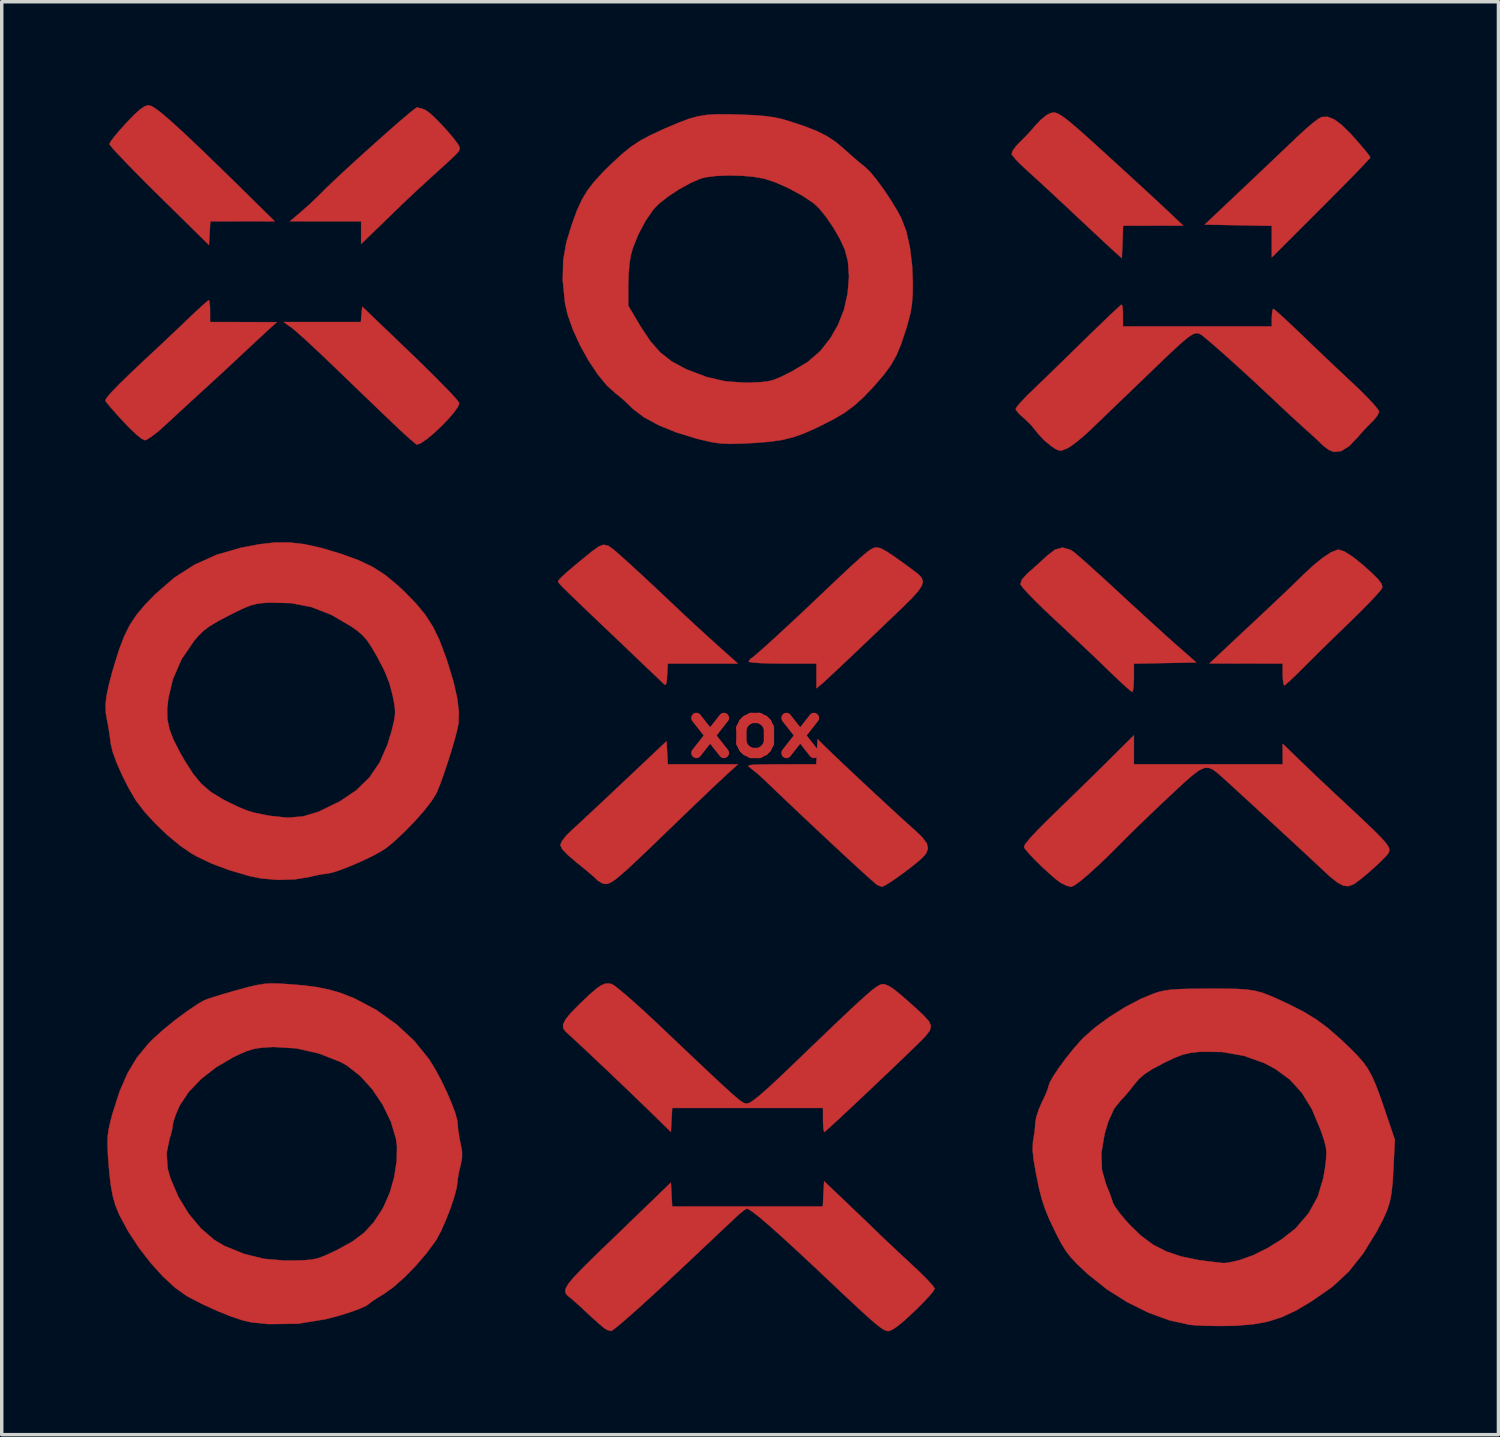
<source format=kicad_pcb>
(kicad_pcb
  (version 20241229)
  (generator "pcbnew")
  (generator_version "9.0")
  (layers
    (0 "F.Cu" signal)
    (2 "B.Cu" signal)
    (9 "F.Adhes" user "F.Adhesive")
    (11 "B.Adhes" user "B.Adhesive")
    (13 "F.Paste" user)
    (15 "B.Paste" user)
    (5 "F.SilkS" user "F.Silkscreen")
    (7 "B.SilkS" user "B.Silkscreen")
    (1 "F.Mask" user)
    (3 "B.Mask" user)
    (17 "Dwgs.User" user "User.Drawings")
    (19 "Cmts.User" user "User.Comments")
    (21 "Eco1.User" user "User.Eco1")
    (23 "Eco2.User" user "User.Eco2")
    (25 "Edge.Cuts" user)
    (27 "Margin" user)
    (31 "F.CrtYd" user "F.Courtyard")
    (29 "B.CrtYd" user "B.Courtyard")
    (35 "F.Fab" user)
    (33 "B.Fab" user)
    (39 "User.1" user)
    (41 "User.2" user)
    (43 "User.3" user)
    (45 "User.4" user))
  (footprint "xox"
    (layer "F.Cu")
    (at 18.855 18.102)
    (property "Reference" "xox" (at 0 0 0) (layer "F.Cu") (effects (font (size 1.524 1.524) (thickness 0.3))))
    (attr through_hole)
    (fp_poly (pts (xy 16.79 -17.692) (xy 17.007 -17.533) (xy 17.267 -17.277) (xy 17.396 -17.135) (xy 17.58 -16.924) (xy 17.727 -16.748) (xy 17.82 -16.627) (xy 17.843 -16.586) (xy 17.8 -16.531) (xy 17.677 -16.399) (xy 17.486 -16.199) (xy 17.237 -15.943) (xy 16.94 -15.641) (xy 16.607 -15.305) (xy 16.415 -15.113) (xy 14.986 -13.685) (xy 14.986 -14.602) (xy 14.013 -14.619) (xy 13.039 -14.637) (xy 14.114 -15.653) (xy 14.461 -15.981) (xy 14.815 -16.317) (xy 15.153 -16.638) (xy 15.451 -16.922) (xy 15.687 -17.146) (xy 15.738 -17.195) (xy 15.966 -17.405) (xy 16.174 -17.582) (xy 16.338 -17.706) (xy 16.432 -17.758) (xy 16.603 -17.764) (xy 16.79 -17.692)) (stroke (width 0.01) (type solid)) (fill yes) (layer "F.Cu"))
    (fp_poly (pts (xy -17.516 -18.076) (xy -17.402 -18.008) (xy -17.242 -17.889) (xy -17.032 -17.712) (xy -16.765 -17.473) (xy -16.434 -17.166) (xy -16.035 -16.786) (xy -15.562 -16.328) (xy -15.007 -15.786) (xy -14.796 -15.578) (xy -13.938 -14.734) (xy -14.872 -14.733) (xy -15.805 -14.732) (xy -15.824 -14.389) (xy -15.843 -14.045) (xy -17.288 -15.468) (xy -17.64 -15.817) (xy -17.961 -16.141) (xy -18.241 -16.427) (xy -18.468 -16.665) (xy -18.631 -16.843) (xy -18.719 -16.95) (xy -18.733 -16.974) (xy -18.691 -17.052) (xy -18.58 -17.2) (xy -18.415 -17.394) (xy -18.248 -17.578) (xy -18.013 -17.822) (xy -17.84 -17.98) (xy -17.71 -18.067) (xy -17.606 -18.097) (xy -17.591 -18.098) (xy -17.516 -18.076)) (stroke (width 0.01) (type solid)) (fill yes) (layer "F.Cu"))
    (fp_poly (pts (xy -10.001 -10.918) (xy -9.651 -10.58) (xy -9.332 -10.265) (xy -9.056 -9.986) (xy -8.832 -9.754) (xy -8.674 -9.581) (xy -8.593 -9.479) (xy -8.585 -9.461) (xy -8.619 -9.356) (xy -8.732 -9.195) (xy -8.901 -8.998) (xy -9.103 -8.789) (xy -9.317 -8.588) (xy -9.521 -8.418) (xy -9.693 -8.3) (xy -9.81 -8.255) (xy -9.811 -8.255) (xy -9.87 -8.296) (xy -10.001 -8.407) (xy -10.183 -8.571) (xy -10.37 -8.745) (xy -10.568 -8.933) (xy -10.836 -9.189) (xy -11.153 -9.493) (xy -11.5 -9.827) (xy -11.854 -10.168) (xy -12.033 -10.342) (xy -12.362 -10.657) (xy -12.674 -10.953) (xy -12.954 -11.214) (xy -13.186 -11.425) (xy -13.354 -11.573) (xy -13.424 -11.629) (xy -13.672 -11.811) (xy -11.438 -11.811) (xy -11.418 -12.034) (xy -11.398 -12.257) (xy -10.001 -10.918)) (stroke (width 0.01) (type solid)) (fill yes) (layer "F.Cu"))
    (fp_poly (pts (xy -2.533 1.016) (xy -0.501 1.016) (xy -0.898 1.381) (xy -1.067 1.539) (xy -1.306 1.765) (xy -1.594 2.039) (xy -1.909 2.341) (xy -2.231 2.651) (xy -2.283 2.701) (xy -2.751 3.153) (xy -3.137 3.525) (xy -3.451 3.823) (xy -3.701 4.055) (xy -3.897 4.228) (xy -4.047 4.351) (xy -4.162 4.43) (xy -4.25 4.474) (xy -4.321 4.489) (xy -4.383 4.483) (xy -4.445 4.464) (xy -4.572 4.385) (xy -4.604 4.351) (xy -4.679 4.28) (xy -4.83 4.151) (xy -5.029 3.987) (xy -5.16 3.882) (xy -5.435 3.648) (xy -5.599 3.473) (xy -5.652 3.36) (xy -5.605 3.245) (xy -5.48 3.086) (xy -5.356 2.964) (xy -5.23 2.848) (xy -5.027 2.66) (xy -4.764 2.415) (xy -4.456 2.127) (xy -4.121 1.811) (xy -3.816 1.524) (xy -2.572 0.349) (xy -2.533 1.016)) (stroke (width 0.01) (type solid)) (fill yes) (layer "F.Cu"))
    (fp_poly (pts (xy -4.258 -5.319) (xy -4.092 -5.199) (xy -4.047 -5.16) (xy -3.712 -4.862) (xy -3.299 -4.483) (xy -2.817 -4.033) (xy -2.315 -3.559) (xy -2.011 -3.273) (xy -1.67 -2.957) (xy -1.338 -2.653) (xy -1.09 -2.429) (xy -0.503 -1.905) (xy -2.534 -1.905) (xy -2.553 -1.571) (xy -2.567 -1.382) (xy -2.59 -1.298) (xy -2.631 -1.299) (xy -2.671 -1.333) (xy -2.741 -1.401) (xy -2.891 -1.544) (xy -3.107 -1.75) (xy -3.376 -2.006) (xy -3.684 -2.301) (xy -4.02 -2.621) (xy -4.035 -2.635) (xy -4.472 -3.052) (xy -4.826 -3.389) (xy -5.105 -3.656) (xy -5.319 -3.862) (xy -5.476 -4.014) (xy -5.585 -4.122) (xy -5.654 -4.195) (xy -5.693 -4.24) (xy -5.711 -4.267) (xy -5.715 -4.284) (xy -5.715 -4.296) (xy -5.664 -4.366) (xy -5.514 -4.509) (xy -5.266 -4.722) (xy -4.923 -5.005) (xy -4.745 -5.149) (xy -4.545 -5.294) (xy -4.396 -5.351) (xy -4.258 -5.319)) (stroke (width 0.01) (type solid)) (fill yes) (layer "F.Cu"))
    (fp_poly (pts (xy 9.129 -5.21) (xy 9.215 -5.159) (xy 9.306 -5.086) (xy 9.476 -4.939) (xy 9.709 -4.733) (xy 9.989 -4.479) (xy 10.303 -4.192) (xy 10.544 -3.969) (xy 10.902 -3.638) (xy 11.264 -3.306) (xy 11.608 -2.992) (xy 11.913 -2.715) (xy 12.157 -2.496) (xy 12.252 -2.413) (xy 12.795 -1.937) (xy 10.986 -1.902) (xy 10.986 -1.491) (xy 10.979 -1.281) (xy 10.961 -1.133) (xy 10.938 -1.08) (xy 10.878 -1.123) (xy 10.745 -1.238) (xy 10.557 -1.411) (xy 10.333 -1.625) (xy 10.255 -1.699) (xy 9.997 -1.949) (xy 9.675 -2.256) (xy 9.317 -2.593) (xy 8.955 -2.934) (xy 8.668 -3.201) (xy 8.378 -3.475) (xy 8.122 -3.726) (xy 7.913 -3.94) (xy 7.767 -4.102) (xy 7.698 -4.197) (xy 7.694 -4.207) (xy 7.734 -4.337) (xy 7.891 -4.512) (xy 7.947 -4.562) (xy 8.16 -4.749) (xy 8.383 -4.952) (xy 8.468 -5.032) (xy 8.699 -5.209) (xy 8.912 -5.267) (xy 9.129 -5.21)) (stroke (width 0.01) (type solid)) (fill yes) (layer "F.Cu"))
    (fp_poly (pts (xy 17.091 -5.156) (xy 17.331 -5.004) (xy 17.642 -4.754) (xy 17.893 -4.526) (xy 18.075 -4.344) (xy 18.17 -4.217) (xy 18.191 -4.122) (xy 18.183 -4.09) (xy 18.125 -4.01) (xy 17.99 -3.858) (xy 17.792 -3.65) (xy 17.547 -3.402) (xy 17.27 -3.13) (xy 17.251 -3.111) (xy 16.933 -2.803) (xy 16.606 -2.485) (xy 16.299 -2.182) (xy 16.036 -1.922) (xy 15.876 -1.762) (xy 15.675 -1.563) (xy 15.506 -1.402) (xy 15.389 -1.299) (xy 15.346 -1.27) (xy 15.322 -1.327) (xy 15.306 -1.473) (xy 15.303 -1.587) (xy 15.303 -1.905) (xy 13.176 -1.908) (xy 13.463 -2.176) (xy 13.604 -2.309) (xy 13.817 -2.508) (xy 14.078 -2.753) (xy 14.367 -3.023) (xy 14.598 -3.239) (xy 14.904 -3.526) (xy 15.21 -3.815) (xy 15.489 -4.082) (xy 15.718 -4.303) (xy 15.836 -4.419) (xy 16.164 -4.728) (xy 16.458 -4.968) (xy 16.702 -5.13) (xy 16.886 -5.203) (xy 16.923 -5.207) (xy 17.091 -5.156)) (stroke (width 0.01) (type solid)) (fill yes) (layer "F.Cu"))
    (fp_poly (pts (xy -15.827 -12.389) (xy -15.814 -12.243) (xy -15.812 -12.129) (xy -15.812 -11.811) (xy -13.875 -11.808) (xy -14.129 -11.578) (xy -14.284 -11.435) (xy -14.499 -11.236) (xy -14.74 -11.011) (xy -14.896 -10.865) (xy -15.157 -10.621) (xy -15.469 -10.331) (xy -15.791 -10.035) (xy -16.036 -9.811) (xy -16.325 -9.547) (xy -16.632 -9.265) (xy -16.918 -9) (xy -17.123 -8.811) (xy -17.331 -8.627) (xy -17.518 -8.483) (xy -17.656 -8.397) (xy -17.704 -8.382) (xy -17.799 -8.428) (xy -17.958 -8.556) (xy -18.162 -8.751) (xy -18.327 -8.923) (xy -18.527 -9.143) (xy -18.693 -9.331) (xy -18.807 -9.468) (xy -18.85 -9.53) (xy -18.815 -9.606) (xy -18.684 -9.762) (xy -18.457 -9.997) (xy -18.134 -10.313) (xy -17.714 -10.71) (xy -17.525 -10.886) (xy -17.278 -11.116) (xy -16.981 -11.396) (xy -16.677 -11.684) (xy -16.466 -11.886) (xy -16.244 -12.097) (xy -16.055 -12.272) (xy -15.917 -12.393) (xy -15.85 -12.445) (xy -15.847 -12.446) (xy -15.827 -12.389)) (stroke (width 0.01) (type solid)) (fill yes) (layer "F.Cu"))
    (fp_poly (pts (xy -9.687 -18.009) (xy -9.569 -17.964) (xy -9.456 -17.886) (xy -9.297 -17.741) (xy -9.112 -17.553) (xy -8.925 -17.349) (xy -8.758 -17.153) (xy -8.634 -16.988) (xy -8.575 -16.881) (xy -8.572 -16.868) (xy -8.574 -16.826) (xy -8.588 -16.784) (xy -8.628 -16.729) (xy -8.707 -16.645) (xy -8.839 -16.52) (xy -9.037 -16.339) (xy -9.314 -16.087) (xy -9.338 -16.066) (xy -9.604 -15.823) (xy -9.872 -15.575) (xy -10.108 -15.354) (xy -10.261 -15.208) (xy -10.466 -15.009) (xy -10.716 -14.767) (xy -10.961 -14.529) (xy -11.009 -14.483) (xy -11.43 -14.075) (xy -11.43 -14.732) (xy -13.494 -14.733) (xy -13.177 -15.002) (xy -12.965 -15.189) (xy -12.755 -15.386) (xy -12.637 -15.502) (xy -12.466 -15.673) (xy -12.236 -15.894) (xy -11.961 -16.151) (xy -11.655 -16.432) (xy -11.333 -16.725) (xy -11.009 -17.017) (xy -10.696 -17.295) (xy -10.41 -17.546) (xy -10.164 -17.758) (xy -9.973 -17.918) (xy -9.85 -18.013) (xy -9.812 -18.034) (xy -9.687 -18.009)) (stroke (width 0.01) (type solid)) (fill yes) (layer "F.Cu"))
    (fp_poly (pts (xy 8.707 -17.883) (xy 8.786 -17.854) (xy 8.89 -17.793) (xy 9.026 -17.694) (xy 9.204 -17.549) (xy 9.433 -17.351) (xy 9.722 -17.093) (xy 10.08 -16.768) (xy 10.516 -16.37) (xy 10.884 -16.034) (xy 11.179 -15.763) (xy 11.476 -15.489) (xy 11.747 -15.238) (xy 11.963 -15.036) (xy 12.031 -14.972) (xy 12.414 -14.609) (xy 11.544 -14.607) (xy 10.673 -14.605) (xy 10.655 -14.133) (xy 10.636 -13.662) (xy 10.382 -13.891) (xy 10.254 -14.009) (xy 10.054 -14.194) (xy 9.801 -14.43) (xy 9.516 -14.697) (xy 9.239 -14.957) (xy 8.924 -15.252) (xy 8.605 -15.549) (xy 8.308 -15.824) (xy 8.057 -16.054) (xy 7.906 -16.19) (xy 7.709 -16.374) (xy 7.551 -16.536) (xy 7.456 -16.652) (xy 7.439 -16.685) (xy 7.47 -16.78) (xy 7.572 -16.918) (xy 7.662 -17.011) (xy 7.858 -17.207) (xy 8.059 -17.429) (xy 8.124 -17.507) (xy 8.283 -17.675) (xy 8.445 -17.807) (xy 8.519 -17.848) (xy 8.582 -17.873) (xy 8.642 -17.887) (xy 8.707 -17.883)) (stroke (width 0.01) (type solid)) (fill yes) (layer "F.Cu"))
    (fp_poly (pts (xy 2.066 0.542) (xy 2.249 0.719) (xy 2.504 0.962) (xy 2.81 1.25) (xy 3.147 1.566) (xy 3.496 1.891) (xy 3.836 2.205) (xy 4.146 2.491) (xy 4.408 2.73) (xy 4.6 2.902) (xy 4.62 2.919) (xy 4.85 3.139) (xy 4.979 3.313) (xy 5.012 3.46) (xy 4.959 3.6) (xy 4.905 3.669) (xy 4.785 3.786) (xy 4.605 3.937) (xy 4.389 4.104) (xy 4.164 4.269) (xy 3.955 4.414) (xy 3.787 4.519) (xy 3.684 4.567) (xy 3.671 4.568) (xy 3.603 4.543) (xy 3.547 4.52) (xy 3.481 4.469) (xy 3.334 4.34) (xy 3.117 4.145) (xy 2.842 3.893) (xy 2.519 3.595) (xy 2.16 3.261) (xy 1.777 2.902) (xy 1.379 2.528) (xy 0.979 2.15) (xy 0.588 1.777) (xy 0.224 1.429) (xy 0.058 1.279) (xy -0.101 1.151) (xy -0.13 1.13) (xy -0.182 1.09) (xy -0.194 1.062) (xy -0.151 1.042) (xy -0.037 1.03) (xy 0.162 1.024) (xy 0.462 1.02) (xy 0.743 1.019) (xy 1.772 1.016) (xy 1.791 0.653) (xy 1.81 0.289) (xy 2.066 0.542)) (stroke (width 0.01) (type solid)) (fill yes) (layer "F.Cu"))
    (fp_poly (pts (xy 3.594 -5.261) (xy 3.689 -5.224) (xy 3.82 -5.15) (xy 4.002 -5.03) (xy 4.252 -4.853) (xy 4.586 -4.608) (xy 4.596 -4.601) (xy 4.741 -4.487) (xy 4.833 -4.385) (xy 4.865 -4.281) (xy 4.832 -4.159) (xy 4.727 -4.004) (xy 4.545 -3.802) (xy 4.279 -3.538) (xy 4.084 -3.351) (xy 3.529 -2.82) (xy 3.062 -2.374) (xy 2.678 -2.01) (xy 2.374 -1.723) (xy 2.147 -1.511) (xy 1.993 -1.369) (xy 1.921 -1.306) (xy 1.778 -1.187) (xy 1.778 -1.905) (xy 0.794 -1.905) (xy 0.447 -1.909) (xy 0.156 -1.918) (xy -0.058 -1.933) (xy -0.175 -1.952) (xy -0.191 -1.963) (xy -0.142 -2.038) (xy -0.131 -2.043) (xy -0.059 -2.094) (xy 0.091 -2.222) (xy 0.309 -2.415) (xy 0.58 -2.66) (xy 0.891 -2.947) (xy 1.232 -3.264) (xy 1.587 -3.598) (xy 1.713 -3.718) (xy 2.146 -4.13) (xy 2.497 -4.461) (xy 2.776 -4.722) (xy 2.993 -4.92) (xy 3.157 -5.064) (xy 3.279 -5.163) (xy 3.369 -5.224) (xy 3.435 -5.257) (xy 3.489 -5.269) (xy 3.517 -5.271) (xy 3.594 -5.261)) (stroke (width 0.01) (type solid)) (fill yes) (layer "F.Cu"))
    (fp_poly (pts (xy 10.986 1.016) (xy 15.303 1.016) (xy 15.303 0.423) (xy 15.827 0.931) (xy 16.097 1.19) (xy 16.415 1.493) (xy 16.738 1.797) (xy 16.954 1.999) (xy 17.368 2.384) (xy 17.696 2.693) (xy 17.949 2.936) (xy 18.135 3.122) (xy 18.264 3.263) (xy 18.344 3.368) (xy 18.385 3.446) (xy 18.395 3.509) (xy 18.383 3.565) (xy 18.378 3.578) (xy 18.313 3.666) (xy 18.175 3.808) (xy 17.99 3.982) (xy 17.786 4.164) (xy 17.588 4.329) (xy 17.423 4.454) (xy 17.345 4.504) (xy 17.206 4.553) (xy 17.062 4.538) (xy 16.895 4.451) (xy 16.682 4.282) (xy 16.509 4.123) (xy 16.336 3.961) (xy 16.087 3.729) (xy 15.782 3.445) (xy 15.437 3.126) (xy 15.072 2.789) (xy 14.705 2.45) (xy 14.353 2.126) (xy 14.035 1.835) (xy 13.77 1.592) (xy 13.576 1.415) (xy 13.576 1.415) (xy 13.409 1.268) (xy 13.273 1.166) (xy 13.15 1.117) (xy 13.022 1.124) (xy 12.873 1.195) (xy 12.686 1.334) (xy 12.443 1.547) (xy 12.128 1.839) (xy 12.049 1.913) (xy 11.727 2.216) (xy 11.399 2.53) (xy 11.091 2.827) (xy 10.829 3.085) (xy 10.668 3.246) (xy 10.291 3.624) (xy 9.95 3.95) (xy 9.656 4.217) (xy 9.419 4.416) (xy 9.249 4.536) (xy 9.162 4.572) (xy 9.033 4.539) (xy 8.871 4.46) (xy 8.858 4.452) (xy 8.723 4.352) (xy 8.541 4.194) (xy 8.336 4.005) (xy 8.134 3.807) (xy 7.96 3.626) (xy 7.838 3.486) (xy 7.797 3.421) (xy 7.829 3.34) (xy 7.958 3.178) (xy 8.181 2.938) (xy 8.496 2.621) (xy 8.68 2.442) (xy 9.024 2.11) (xy 9.394 1.749) (xy 9.76 1.391) (xy 10.089 1.067) (xy 10.292 0.866) (xy 10.986 0.177) (xy 10.986 1.016)) (stroke (width 0.01) (type solid)) (fill yes) (layer "F.Cu"))
    (fp_poly (pts (xy 2.635 13.716) (xy 2.902 13.971) (xy 3.168 14.226) (xy 3.404 14.453) (xy 3.579 14.623) (xy 3.587 14.631) (xy 3.758 14.795) (xy 3.992 15.017) (xy 4.261 15.268) (xy 4.534 15.521) (xy 4.556 15.541) (xy 4.792 15.765) (xy 4.99 15.963) (xy 5.133 16.119) (xy 5.203 16.215) (xy 5.207 16.229) (xy 5.163 16.308) (xy 5.044 16.449) (xy 4.874 16.63) (xy 4.673 16.831) (xy 4.464 17.029) (xy 4.268 17.204) (xy 4.107 17.333) (xy 4.026 17.387) (xy 3.964 17.421) (xy 3.91 17.447) (xy 3.856 17.458) (xy 3.791 17.446) (xy 3.707 17.404) (xy 3.596 17.326) (xy 3.446 17.204) (xy 3.251 17.032) (xy 2.999 16.802) (xy 2.683 16.507) (xy 2.293 16.14) (xy 1.82 15.694) (xy 1.778 15.654) (xy 1.238 15.149) (xy 0.785 14.733) (xy 0.416 14.404) (xy 0.13 14.159) (xy -0.077 13.997) (xy -0.205 13.917) (xy -0.242 13.906) (xy -0.316 13.947) (xy -0.446 14.051) (xy -0.549 14.145) (xy -1.097 14.661) (xy -1.563 15.1) (xy -1.957 15.472) (xy -2.292 15.786) (xy -2.577 16.052) (xy -2.823 16.28) (xy -3.041 16.48) (xy -3.241 16.662) (xy -3.433 16.836) (xy -3.447 16.848) (xy -3.693 17.066) (xy -3.906 17.249) (xy -4.069 17.382) (xy -4.163 17.451) (xy -4.177 17.457) (xy -4.272 17.432) (xy -4.312 17.417) (xy -4.395 17.36) (xy -4.543 17.235) (xy -4.732 17.066) (xy -4.837 16.967) (xy -5.043 16.775) (xy -5.226 16.608) (xy -5.361 16.493) (xy -5.399 16.464) (xy -5.478 16.394) (xy -5.511 16.315) (xy -5.493 16.215) (xy -5.413 16.081) (xy -5.266 15.903) (xy -5.043 15.669) (xy -4.737 15.365) (xy -4.59 15.222) (xy -4.255 14.899) (xy -3.902 14.558) (xy -3.561 14.229) (xy -3.258 13.936) (xy -3.05 13.735) (xy -2.445 13.151) (xy -2.426 13.497) (xy -2.407 13.843) (xy 1.962 13.843) (xy 2 13.113) (xy 2.635 13.716)) (stroke (width 0.01) (type solid)) (fill yes) (layer "F.Cu"))
    (fp_poly (pts (xy -4.165 7.391) (xy -4.077 7.444) (xy -3.912 7.574) (xy -3.683 7.768) (xy -3.405 8.014) (xy -3.092 8.3) (xy -2.784 8.589) (xy -2.254 9.092) (xy -1.808 9.515) (xy -1.438 9.864) (xy -1.137 10.147) (xy -0.896 10.37) (xy -0.708 10.541) (xy -0.565 10.667) (xy -0.459 10.754) (xy -0.381 10.809) (xy -0.325 10.841) (xy -0.282 10.855) (xy -0.245 10.858) (xy -0.231 10.858) (xy -0.151 10.831) (xy -0.021 10.744) (xy 0.167 10.591) (xy 0.42 10.366) (xy 0.747 10.061) (xy 1.088 9.735) (xy 1.629 9.215) (xy 2.086 8.777) (xy 2.467 8.413) (xy 2.78 8.117) (xy 3.033 7.883) (xy 3.233 7.704) (xy 3.388 7.573) (xy 3.506 7.483) (xy 3.595 7.427) (xy 3.661 7.4) (xy 3.714 7.394) (xy 3.761 7.402) (xy 3.769 7.404) (xy 3.86 7.441) (xy 3.964 7.501) (xy 4.097 7.601) (xy 4.278 7.752) (xy 4.525 7.97) (xy 4.674 8.104) (xy 4.907 8.321) (xy 5.047 8.483) (xy 5.099 8.613) (xy 5.067 8.739) (xy 4.956 8.885) (xy 4.836 9.011) (xy 4.682 9.163) (xy 4.468 9.371) (xy 4.208 9.622) (xy 3.915 9.902) (xy 3.602 10.199) (xy 3.284 10.501) (xy 2.973 10.794) (xy 2.684 11.065) (xy 2.429 11.303) (xy 2.223 11.493) (xy 2.078 11.624) (xy 2.009 11.682) (xy 2.005 11.684) (xy 1.985 11.627) (xy 1.972 11.478) (xy 1.968 11.335) (xy 1.968 10.986) (xy -2.407 10.986) (xy -2.426 11.333) (xy -2.445 11.681) (xy -3.143 10.999) (xy -3.383 10.767) (xy -3.667 10.494) (xy -3.979 10.196) (xy -4.301 9.889) (xy -4.618 9.59) (xy -4.912 9.313) (xy -5.166 9.076) (xy -5.363 8.893) (xy -5.487 8.781) (xy -5.493 8.776) (xy -5.568 8.679) (xy -5.573 8.565) (xy -5.5 8.418) (xy -5.342 8.225) (xy -5.09 7.969) (xy -5.076 7.955) (xy -4.811 7.705) (xy -4.615 7.534) (xy -4.468 7.43) (xy -4.35 7.381) (xy -4.242 7.376) (xy -4.165 7.391)) (stroke (width 0.01) (type solid)) (fill yes) (layer "F.Cu"))
    (fp_poly (pts (xy 10.653 -12.262) (xy 10.666 -12.116) (xy 10.668 -12.002) (xy 10.668 -11.684) (xy 14.986 -11.684) (xy 14.986 -11.938) (xy 14.996 -12.097) (xy 15.02 -12.186) (xy 15.03 -12.192) (xy 15.089 -12.15) (xy 15.222 -12.034) (xy 15.413 -11.859) (xy 15.645 -11.639) (xy 15.814 -11.478) (xy 16.144 -11.16) (xy 16.524 -10.798) (xy 16.912 -10.431) (xy 17.264 -10.1) (xy 17.325 -10.044) (xy 17.583 -9.797) (xy 17.805 -9.573) (xy 17.974 -9.389) (xy 18.075 -9.261) (xy 18.098 -9.214) (xy 18.053 -9.106) (xy 17.942 -8.965) (xy 17.891 -8.915) (xy 17.716 -8.74) (xy 17.535 -8.539) (xy 17.494 -8.489) (xy 17.236 -8.216) (xy 16.999 -8.068) (xy 16.782 -8.044) (xy 16.635 -8.106) (xy 16.499 -8.207) (xy 16.415 -8.284) (xy 16.339 -8.359) (xy 16.196 -8.493) (xy 16.013 -8.658) (xy 15.97 -8.696) (xy 15.76 -8.886) (xy 15.497 -9.128) (xy 15.221 -9.386) (xy 15.047 -9.55) (xy 14.724 -9.853) (xy 14.383 -10.17) (xy 14.041 -10.483) (xy 13.718 -10.774) (xy 13.435 -11.026) (xy 13.21 -11.221) (xy 13.092 -11.319) (xy 13.003 -11.393) (xy 12.929 -11.45) (xy 12.859 -11.484) (xy 12.783 -11.488) (xy 12.69 -11.454) (xy 12.568 -11.376) (xy 12.409 -11.246) (xy 12.2 -11.058) (xy 11.931 -10.805) (xy 11.591 -10.479) (xy 11.17 -10.073) (xy 11.144 -10.049) (xy 10.822 -9.739) (xy 10.497 -9.426) (xy 10.193 -9.134) (xy 9.933 -8.884) (xy 9.741 -8.699) (xy 9.74 -8.697) (xy 9.518 -8.495) (xy 9.301 -8.316) (xy 9.124 -8.188) (xy 9.06 -8.152) (xy 8.918 -8.091) (xy 8.817 -8.082) (xy 8.704 -8.134) (xy 8.58 -8.218) (xy 8.384 -8.381) (xy 8.205 -8.573) (xy 8.166 -8.625) (xy 8.004 -8.822) (xy 7.813 -9.008) (xy 7.78 -9.036) (xy 7.645 -9.159) (xy 7.565 -9.262) (xy 7.557 -9.29) (xy 7.6 -9.364) (xy 7.717 -9.501) (xy 7.886 -9.677) (xy 7.985 -9.773) (xy 8.157 -9.938) (xy 8.4 -10.172) (xy 8.693 -10.457) (xy 9.018 -10.774) (xy 9.355 -11.103) (xy 9.505 -11.25) (xy 9.811 -11.548) (xy 10.086 -11.814) (xy 10.319 -12.036) (xy 10.496 -12.202) (xy 10.604 -12.299) (xy 10.632 -12.319) (xy 10.653 -12.262)) (stroke (width 0.01) (type solid)) (fill yes) (layer "F.Cu"))
    (fp_poly (pts (xy -13.067 -5.365) (xy -12.59 -5.259) (xy -12.037 -5.094) (xy -11.995 -5.08) (xy -11.507 -4.903) (xy -11.104 -4.712) (xy -10.744 -4.482) (xy -10.386 -4.188) (xy -10.183 -3.998) (xy -9.837 -3.645) (xy -9.565 -3.314) (xy -9.345 -2.97) (xy -9.156 -2.579) (xy -8.978 -2.106) (xy -8.926 -1.953) (xy -8.752 -1.38) (xy -8.643 -0.9) (xy -8.595 -0.5) (xy -8.606 -0.167) (xy -8.607 -0.165) (xy -8.646 0.03) (xy -8.72 0.311) (xy -8.818 0.644) (xy -8.93 0.996) (xy -9.044 1.335) (xy -9.151 1.628) (xy -9.239 1.84) (xy -9.255 1.873) (xy -9.4 2.102) (xy -9.62 2.383) (xy -9.891 2.688) (xy -10.189 2.993) (xy -10.49 3.271) (xy -10.7 3.443) (xy -10.88 3.559) (xy -11.133 3.694) (xy -11.429 3.834) (xy -11.737 3.967) (xy -12.026 4.08) (xy -12.268 4.159) (xy -12.43 4.191) (xy -12.438 4.191) (xy -12.569 4.207) (xy -12.77 4.247) (xy -12.932 4.286) (xy -13.359 4.356) (xy -13.844 4.37) (xy -14.331 4.328) (xy -14.668 4.259) (xy -15.255 4.087) (xy -15.746 3.905) (xy -16.173 3.703) (xy -16.351 3.603) (xy -16.681 3.377) (xy -17.04 3.08) (xy -17.393 2.744) (xy -17.708 2.4) (xy -17.952 2.082) (xy -17.984 2.032) (xy -18.183 1.689) (xy -18.366 1.326) (xy -18.521 0.973) (xy -18.635 0.661) (xy -18.694 0.418) (xy -18.698 0.379) (xy -18.727 0.143) (xy -18.773 -0.13) (xy -18.797 -0.248) (xy -18.835 -0.472) (xy -18.839 -0.585) (xy -17.057 -0.585) (xy -17.051 -0.295) (xy -16.994 -0.011) (xy -16.878 0.295) (xy -16.696 0.654) (xy -16.544 0.919) (xy -16.302 1.297) (xy -16.062 1.587) (xy -15.789 1.821) (xy -15.448 2.03) (xy -15.208 2.152) (xy -14.949 2.274) (xy -14.739 2.359) (xy -14.531 2.421) (xy -14.277 2.476) (xy -14.065 2.514) (xy -13.56 2.567) (xy -13.108 2.528) (xy -12.67 2.395) (xy -12.642 2.383) (xy -12.05 2.095) (xy -11.57 1.772) (xy -11.187 1.398) (xy -10.889 0.958) (xy -10.661 0.436) (xy -10.54 0.032) (xy -10.477 -0.228) (xy -10.447 -0.416) (xy -10.447 -0.587) (xy -10.477 -0.791) (xy -10.516 -0.984) (xy -10.611 -1.341) (xy -10.754 -1.698) (xy -10.96 -2.095) (xy -11.125 -2.379) (xy -11.261 -2.581) (xy -11.395 -2.733) (xy -11.554 -2.867) (xy -11.712 -2.978) (xy -12.291 -3.317) (xy -12.862 -3.541) (xy -13.451 -3.657) (xy -14.057 -3.673) (xy -14.286 -3.66) (xy -14.47 -3.635) (xy -14.644 -3.588) (xy -14.841 -3.508) (xy -15.097 -3.385) (xy -15.274 -3.296) (xy -15.592 -3.128) (xy -15.824 -2.989) (xy -16 -2.857) (xy -16.151 -2.71) (xy -16.275 -2.565) (xy -16.642 -2.025) (xy -16.892 -1.447) (xy -17.02 -0.911) (xy -17.057 -0.585) (xy -18.839 -0.585) (xy -18.843 -0.697) (xy -18.818 -0.949) (xy -18.755 -1.257) (xy -18.653 -1.645) (xy -18.598 -1.833) (xy -18.448 -2.315) (xy -18.3 -2.702) (xy -18.138 -3.026) (xy -17.943 -3.319) (xy -17.699 -3.61) (xy -17.399 -3.918) (xy -16.85 -4.394) (xy -16.264 -4.771) (xy -15.62 -5.06) (xy -14.9 -5.268) (xy -14.362 -5.368) (xy -13.921 -5.416) (xy -13.5 -5.416) (xy -13.067 -5.365)) (stroke (width 0.01) (type solid)) (fill yes) (layer "F.Cu"))
    (fp_poly (pts (xy -0.732 -17.835) (xy -0.465 -17.828) (xy -0.052 -17.811) (xy 0.268 -17.787) (xy 0.528 -17.752) (xy 0.763 -17.702) (xy 0.988 -17.637) (xy 1.44 -17.487) (xy 1.794 -17.347) (xy 2.081 -17.203) (xy 2.327 -17.041) (xy 2.56 -16.846) (xy 2.575 -16.832) (xy 2.792 -16.638) (xy 3.007 -16.453) (xy 3.178 -16.314) (xy 3.194 -16.302) (xy 3.338 -16.162) (xy 3.522 -15.938) (xy 3.727 -15.659) (xy 3.932 -15.352) (xy 4.118 -15.045) (xy 4.238 -14.823) (xy 4.382 -14.447) (xy 4.488 -13.977) (xy 4.553 -13.439) (xy 4.572 -12.94) (xy 4.566 -12.587) (xy 4.544 -12.306) (xy 4.497 -12.043) (xy 4.418 -11.744) (xy 4.375 -11.599) (xy 4.238 -11.184) (xy 4.101 -10.853) (xy 3.939 -10.565) (xy 3.731 -10.28) (xy 3.454 -9.96) (xy 3.393 -9.893) (xy 3.12 -9.609) (xy 2.865 -9.381) (xy 2.598 -9.184) (xy 2.286 -8.998) (xy 1.898 -8.8) (xy 1.714 -8.712) (xy 1.398 -8.574) (xy 1.101 -8.47) (xy 0.793 -8.394) (xy 0.443 -8.342) (xy 0.023 -8.306) (xy -0.413 -8.284) (xy -0.738 -8.276) (xy -1.005 -8.289) (xy -1.265 -8.327) (xy -1.573 -8.397) (xy -1.714 -8.434) (xy -2.287 -8.61) (xy -2.794 -8.816) (xy -3.216 -9.043) (xy -3.534 -9.281) (xy -3.588 -9.333) (xy -3.77 -9.51) (xy -3.956 -9.671) (xy -4.042 -9.737) (xy -4.302 -9.97) (xy -4.571 -10.299) (xy -4.835 -10.697) (xy -5.078 -11.135) (xy -5.284 -11.586) (xy -5.438 -12.022) (xy -5.517 -12.368) (xy -5.564 -12.84) (xy -3.683 -12.84) (xy -3.683 -12.287) (xy -3.326 -11.684) (xy -3.043 -11.257) (xy -2.753 -10.928) (xy -2.425 -10.67) (xy -2.029 -10.456) (xy -1.977 -10.432) (xy -1.405 -10.215) (xy -0.865 -10.091) (xy -0.31 -10.051) (xy -0.125 -10.054) (xy 0.157 -10.067) (xy 0.367 -10.091) (xy 0.548 -10.137) (xy 0.744 -10.218) (xy 1 -10.345) (xy 1.061 -10.376) (xy 1.521 -10.651) (xy 1.885 -10.963) (xy 2.184 -11.344) (xy 2.404 -11.73) (xy 2.576 -12.166) (xy 2.683 -12.644) (xy 2.722 -13.127) (xy 2.69 -13.577) (xy 2.598 -13.92) (xy 2.457 -14.224) (xy 2.271 -14.546) (xy 2.064 -14.85) (xy 1.859 -15.103) (xy 1.7 -15.255) (xy 1.363 -15.48) (xy 0.973 -15.692) (xy 0.58 -15.866) (xy 0.277 -15.966) (xy -0.031 -16.022) (xy -0.396 -16.055) (xy -0.779 -16.063) (xy -1.14 -16.048) (xy -1.441 -16.009) (xy -1.58 -15.973) (xy -1.881 -15.842) (xy -2.209 -15.661) (xy -2.523 -15.454) (xy -2.788 -15.246) (xy -2.941 -15.092) (xy -3.178 -14.751) (xy -3.39 -14.353) (xy -3.55 -13.952) (xy -3.612 -13.729) (xy -3.646 -13.501) (xy -3.671 -13.203) (xy -3.683 -12.894) (xy -3.683 -12.84) (xy -5.564 -12.84) (xy -5.581 -13.013) (xy -5.568 -13.602) (xy -5.479 -14.112) (xy -5.465 -14.161) (xy -5.315 -14.645) (xy -5.176 -15.032) (xy -5.031 -15.35) (xy -4.866 -15.627) (xy -4.663 -15.889) (xy -4.408 -16.165) (xy -4.166 -16.403) (xy -3.868 -16.679) (xy -3.605 -16.892) (xy -3.34 -17.069) (xy -3.034 -17.233) (xy -2.649 -17.41) (xy -2.603 -17.43) (xy -2.229 -17.589) (xy -1.928 -17.703) (xy -1.662 -17.777) (xy -1.399 -17.82) (xy -1.1 -17.837) (xy -0.732 -17.835)) (stroke (width 0.01) (type solid)) (fill yes) (layer "F.Cu"))
    (fp_poly (pts (xy -13.806 7.379) (xy -13.685 7.386) (xy -13.155 7.426) (xy -12.719 7.48) (xy -12.343 7.557) (xy -11.994 7.661) (xy -11.64 7.802) (xy -11.614 7.813) (xy -10.992 8.142) (xy -10.408 8.559) (xy -9.89 9.04) (xy -9.468 9.562) (xy -9.432 9.615) (xy -9.267 9.888) (xy -9.099 10.204) (xy -8.94 10.537) (xy -8.802 10.858) (xy -8.698 11.138) (xy -8.641 11.35) (xy -8.633 11.418) (xy -8.617 11.618) (xy -8.577 11.868) (xy -8.549 12.002) (xy -8.503 12.249) (xy -8.505 12.453) (xy -8.551 12.668) (xy -8.6 12.882) (xy -8.63 13.065) (xy -8.635 13.128) (xy -8.663 13.321) (xy -8.737 13.593) (xy -8.843 13.909) (xy -8.971 14.237) (xy -9.106 14.541) (xy -9.236 14.788) (xy -9.276 14.851) (xy -9.536 15.203) (xy -9.842 15.561) (xy -10.168 15.894) (xy -10.485 16.176) (xy -10.765 16.377) (xy -10.772 16.381) (xy -10.965 16.499) (xy -11.111 16.595) (xy -11.178 16.649) (xy -11.282 16.724) (xy -11.488 16.816) (xy -11.773 16.919) (xy -12.113 17.023) (xy -12.452 17.112) (xy -13.272 17.245) (xy -14.115 17.255) (xy -14.624 17.203) (xy -14.882 17.142) (xy -15.218 17.028) (xy -15.601 16.874) (xy -15.999 16.694) (xy -16.381 16.499) (xy -16.49 16.438) (xy -16.821 16.205) (xy -17.176 15.878) (xy -17.535 15.48) (xy -17.878 15.036) (xy -18.184 14.57) (xy -18.434 14.107) (xy -18.463 14.044) (xy -18.559 13.804) (xy -18.633 13.545) (xy -18.69 13.24) (xy -18.734 12.863) (xy -18.772 12.386) (xy -18.772 12.376) (xy -18.776 12.297) (xy -17.073 12.297) (xy -17.041 12.742) (xy -16.962 13.026) (xy -16.732 13.564) (xy -16.432 14.055) (xy -16.08 14.478) (xy -15.693 14.811) (xy -15.397 14.987) (xy -14.816 15.223) (xy -14.249 15.362) (xy -13.645 15.414) (xy -13.399 15.414) (xy -13.094 15.404) (xy -12.872 15.386) (xy -12.688 15.347) (xy -12.497 15.278) (xy -12.256 15.167) (xy -12.129 15.105) (xy -11.69 14.865) (xy -11.346 14.608) (xy -11.066 14.305) (xy -10.819 13.927) (xy -10.773 13.843) (xy -10.597 13.442) (xy -10.47 12.99) (xy -10.398 12.53) (xy -10.389 12.104) (xy -10.417 11.884) (xy -10.566 11.384) (xy -10.803 10.895) (xy -11.108 10.442) (xy -11.462 10.052) (xy -11.847 9.752) (xy -12.02 9.655) (xy -12.652 9.406) (xy -13.312 9.257) (xy -13.964 9.217) (xy -14.04 9.22) (xy -14.323 9.239) (xy -14.542 9.273) (xy -14.747 9.336) (xy -14.987 9.441) (xy -15.143 9.517) (xy -15.636 9.805) (xy -16.072 10.146) (xy -16.43 10.519) (xy -16.686 10.904) (xy -16.71 10.954) (xy -16.804 11.171) (xy -16.869 11.361) (xy -16.891 11.47) (xy -16.912 11.613) (xy -16.964 11.808) (xy -16.986 11.874) (xy -17.073 12.297) (xy -18.776 12.297) (xy -18.787 12.071) (xy -18.783 11.831) (xy -18.753 11.604) (xy -18.692 11.338) (xy -18.637 11.138) (xy -18.436 10.508) (xy -18.206 9.98) (xy -17.935 9.528) (xy -17.608 9.129) (xy -17.496 9.014) (xy -17.199 8.743) (xy -16.853 8.459) (xy -16.497 8.193) (xy -16.168 7.971) (xy -15.989 7.867) (xy -15.883 7.826) (xy -15.682 7.76) (xy -15.413 7.678) (xy -15.105 7.589) (xy -15.061 7.577) (xy -14.715 7.482) (xy -14.452 7.421) (xy -14.238 7.386) (xy -14.035 7.374) (xy -13.806 7.379)) (stroke (width 0.01) (type solid)) (fill yes) (layer "F.Cu"))
    (fp_poly (pts (xy 13.624 7.527) (xy 13.973 7.533) (xy 14.25 7.551) (xy 14.483 7.585) (xy 14.699 7.641) (xy 14.925 7.726) (xy 15.191 7.843) (xy 15.486 7.981) (xy 15.908 8.195) (xy 16.275 8.419) (xy 16.623 8.677) (xy 16.987 8.996) (xy 17.257 9.254) (xy 17.465 9.465) (xy 17.631 9.652) (xy 17.766 9.84) (xy 17.884 10.05) (xy 17.999 10.309) (xy 18.123 10.639) (xy 18.27 11.064) (xy 18.286 11.113) (xy 18.554 11.906) (xy 18.516 12.7) (xy 18.492 13.118) (xy 18.459 13.444) (xy 18.407 13.714) (xy 18.327 13.962) (xy 18.21 14.224) (xy 18.047 14.534) (xy 18.02 14.583) (xy 17.632 15.213) (xy 17.22 15.73) (xy 16.774 16.146) (xy 16.645 16.243) (xy 16.143 16.59) (xy 15.701 16.854) (xy 15.291 17.048) (xy 14.886 17.18) (xy 14.458 17.26) (xy 13.979 17.3) (xy 13.78 17.307) (xy 13.431 17.31) (xy 13.088 17.305) (xy 12.793 17.292) (xy 12.605 17.275) (xy 12.022 17.148) (xy 11.408 16.924) (xy 10.79 16.618) (xy 10.198 16.244) (xy 9.661 15.816) (xy 9.594 15.755) (xy 9.341 15.515) (xy 9.155 15.319) (xy 9.01 15.13) (xy 8.877 14.913) (xy 8.729 14.628) (xy 8.675 14.517) (xy 8.523 14.195) (xy 8.404 13.901) (xy 8.307 13.604) (xy 8.224 13.272) (xy 8.144 12.872) (xy 8.072 12.457) (xy 8.057 12.291) (xy 10.042 12.291) (xy 10.059 12.786) (xy 10.182 13.216) (xy 10.273 13.435) (xy 10.345 13.633) (xy 10.372 13.725) (xy 10.432 13.841) (xy 10.56 14.019) (xy 10.735 14.232) (xy 10.867 14.379) (xy 11.199 14.699) (xy 11.544 14.953) (xy 11.923 15.148) (xy 12.359 15.295) (xy 12.873 15.401) (xy 13.486 15.476) (xy 13.592 15.486) (xy 13.704 15.475) (xy 13.892 15.438) (xy 14.04 15.403) (xy 14.438 15.262) (xy 14.868 15.048) (xy 15.285 14.788) (xy 15.641 14.508) (xy 15.688 14.465) (xy 16.056 14.038) (xy 16.32 13.557) (xy 16.485 13.004) (xy 16.528 12.744) (xy 16.56 12.482) (xy 16.571 12.291) (xy 16.556 12.127) (xy 16.511 11.946) (xy 16.43 11.704) (xy 16.393 11.601) (xy 16.148 11.019) (xy 15.857 10.545) (xy 15.506 10.16) (xy 15.083 9.851) (xy 14.764 9.682) (xy 14.176 9.473) (xy 13.542 9.362) (xy 12.901 9.356) (xy 12.892 9.357) (xy 12.641 9.385) (xy 12.423 9.434) (xy 12.195 9.518) (xy 11.914 9.65) (xy 11.819 9.698) (xy 11.515 9.861) (xy 11.297 10.001) (xy 11.134 10.143) (xy 10.992 10.31) (xy 10.986 10.319) (xy 10.834 10.512) (xy 10.688 10.681) (xy 10.606 10.763) (xy 10.412 11.007) (xy 10.247 11.37) (xy 10.136 11.737) (xy 10.042 12.291) (xy 8.057 12.291) (xy 8.049 12.205) (xy 8.058 11.966) (xy 8.071 11.886) (xy 8.109 11.655) (xy 8.126 11.425) (xy 8.126 11.423) (xy 8.156 11.244) (xy 8.233 11.011) (xy 8.318 10.82) (xy 8.416 10.615) (xy 8.484 10.447) (xy 8.508 10.359) (xy 8.548 10.242) (xy 8.656 10.053) (xy 8.814 9.817) (xy 9.006 9.556) (xy 9.215 9.293) (xy 9.424 9.053) (xy 9.524 8.948) (xy 9.864 8.647) (xy 10.283 8.342) (xy 10.739 8.057) (xy 11.192 7.819) (xy 11.569 7.664) (xy 11.726 7.615) (xy 11.883 7.579) (xy 12.064 7.555) (xy 12.292 7.539) (xy 12.59 7.531) (xy 12.982 7.527) (xy 13.176 7.526) (xy 13.624 7.527)) (stroke (width 0.01) (type solid)) (fill yes) (layer "F.Cu")))
  (gr_rect
    (start -3 -3)
    (end 40.415 38.565)
    (stroke (width 0.1) (type default))
    (fill no)
    (layer "Edge.Cuts")))
</source>
